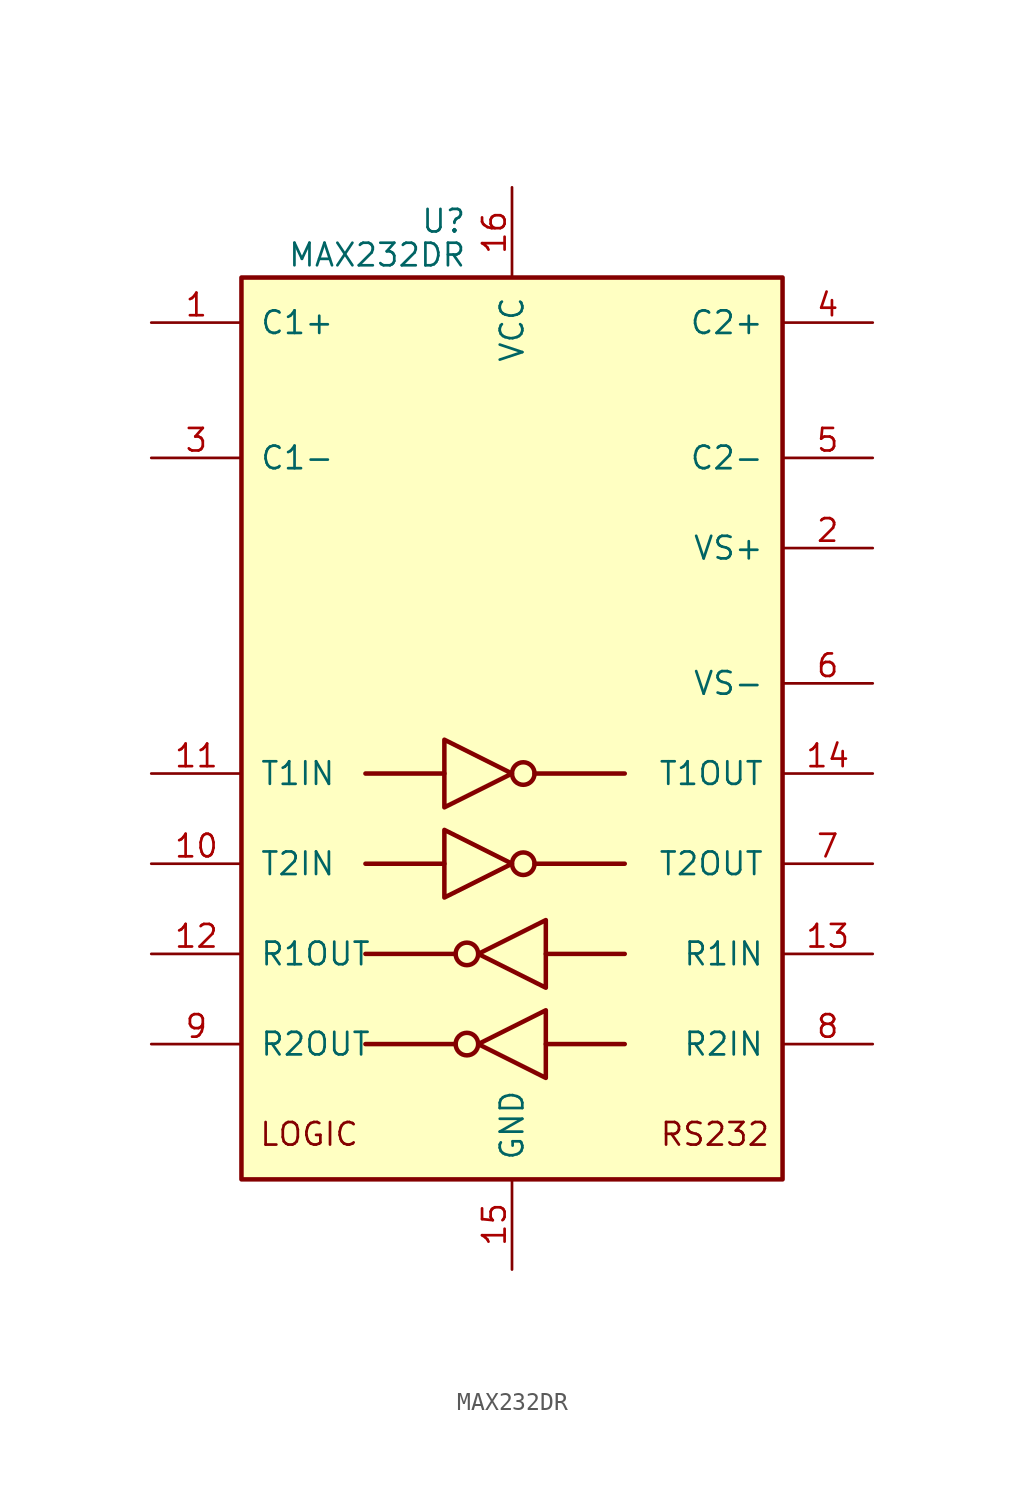
<source format=kicad_sym>
(kicad_symbol_lib
  (version 20231120)
  (generator "kicad_symbol_editor")
  (generator_version "8.0")
  (symbol "MAX232DR"
    (pin_names
      (offset 1.016))
    (property "Reference" "U"
      (at -2.54 28.575 0)
      (effects (font (size 1.27 1.27)) (justify right)))
    (property "Value" "MAX232DR"
      (at -2.54 26.67 0)
      (effects (font (size 1.27 1.27)) (justify right)))
    (symbol "MAX232DR_0_0"
      (text "LOGIC" (at -11.43 -22.86 0) (effects (font (size 1.27 1.27))))
      (text "RS232" (at 11.43 -22.86 0) (effects (font (size 1.27 1.27)))))
    (symbol "MAX232DR_0_1"
      (rectangle (start -15.24 -25.4) (end 15.24 25.4) (stroke (width 0.254) (type default)) (fill (type background)))
      (circle (center -2.54 -17.78) (radius 0.635) (stroke (width 0.254) (type default)) (fill (type none)))
      (circle (center -2.54 -12.7) (radius 0.635) (stroke (width 0.254) (type default)) (fill (type none)))
      (polyline (pts (xy -3.81 -7.62) (xy -8.255 -7.62)) (stroke (width 0.254) (type default)) (fill (type none)))
      (polyline (pts (xy -3.81 -2.54) (xy -8.255 -2.54)) (stroke (width 0.254) (type default)) (fill (type none)))
      (polyline (pts (xy -3.175 -17.78) (xy -8.255 -17.78)) (stroke (width 0.254) (type default)) (fill (type none)))
      (polyline (pts (xy -3.175 -12.7) (xy -8.255 -12.7)) (stroke (width 0.254) (type default)) (fill (type none)))
      (polyline (pts (xy 1.27 -7.62) (xy 6.35 -7.62)) (stroke (width 0.254) (type default)) (fill (type none)))
      (polyline (pts (xy 1.27 -2.54) (xy 6.35 -2.54)) (stroke (width 0.254) (type default)) (fill (type none)))
      (polyline (pts (xy 1.905 -17.78) (xy 6.35 -17.78)) (stroke (width 0.254) (type default)) (fill (type none)))
      (polyline (pts (xy 1.905 -12.7) (xy 6.35 -12.7)) (stroke (width 0.254) (type default)) (fill (type none)))
      (polyline (pts (xy -3.81 -5.715) (xy -3.81 -9.525) (xy 0 -7.62) (xy -3.81 -5.715)) (stroke (width 0.254) (type default)) (fill (type none)))
      (polyline (pts (xy -3.81 -0.635) (xy -3.81 -4.445) (xy 0 -2.54) (xy -3.81 -0.635)) (stroke (width 0.254) (type default)) (fill (type none)))
      (polyline (pts (xy 1.905 -15.875) (xy 1.905 -19.685) (xy -1.905 -17.78) (xy 1.905 -15.875)) (stroke (width 0.254) (type default)) (fill (type none)))
      (polyline (pts (xy 1.905 -10.795) (xy 1.905 -14.605) (xy -1.905 -12.7) (xy 1.905 -10.795)) (stroke (width 0.254) (type default)) (fill (type none)))
      (circle (center 0.635 -7.62) (radius 0.635) (stroke (width 0.254) (type default)) (fill (type none)))
      (circle (center 0.635 -2.54) (radius 0.635) (stroke (width 0.254) (type default)) (fill (type none))))
    (symbol "MAX232DR_1_1"
      (pin passive line (at -20.32 22.86 0) (length 5.08) (name "C1+" (effects (font (size 1.27 1.27)))) (number "1" (effects (font (size 1.27 1.27)))))
      (pin input line (at -20.32 -7.62 0) (length 5.08) (name "T2IN" (effects (font (size 1.27 1.27)))) (number "10" (effects (font (size 1.27 1.27)))))
      (pin input line (at -20.32 -2.54 0) (length 5.08) (name "T1IN" (effects (font (size 1.27 1.27)))) (number "11" (effects (font (size 1.27 1.27)))))
      (pin output line (at -20.32 -12.7 0) (length 5.08) (name "R1OUT" (effects (font (size 1.27 1.27)))) (number "12" (effects (font (size 1.27 1.27)))))
      (pin input line (at 20.32 -12.7 180) (length 5.08) (name "R1IN" (effects (font (size 1.27 1.27)))) (number "13" (effects (font (size 1.27 1.27)))))
      (pin output line (at 20.32 -2.54 180) (length 5.08) (name "T1OUT" (effects (font (size 1.27 1.27)))) (number "14" (effects (font (size 1.27 1.27)))))
      (pin power_in line (at 0 -30.48 90) (length 5.08) (name "GND" (effects (font (size 1.27 1.27)))) (number "15" (effects (font (size 1.27 1.27)))))
      (pin power_in line (at 0 30.48 270) (length 5.08) (name "VCC" (effects (font (size 1.27 1.27)))) (number "16" (effects (font (size 1.27 1.27)))))
      (pin power_out line (at 20.32 10.16 180) (length 5.08) (name "VS+" (effects (font (size 1.27 1.27)))) (number "2" (effects (font (size 1.27 1.27)))))
      (pin passive line (at -20.32 15.24 0) (length 5.08) (name "C1-" (effects (font (size 1.27 1.27)))) (number "3" (effects (font (size 1.27 1.27)))))
      (pin passive line (at 20.32 22.86 180) (length 5.08) (name "C2+" (effects (font (size 1.27 1.27)))) (number "4" (effects (font (size 1.27 1.27)))))
      (pin passive line (at 20.32 15.24 180) (length 5.08) (name "C2-" (effects (font (size 1.27 1.27)))) (number "5" (effects (font (size 1.27 1.27)))))
      (pin power_out line (at 20.32 2.54 180) (length 5.08) (name "VS-" (effects (font (size 1.27 1.27)))) (number "6" (effects (font (size 1.27 1.27)))))
      (pin output line (at 20.32 -7.62 180) (length 5.08) (name "T2OUT" (effects (font (size 1.27 1.27)))) (number "7" (effects (font (size 1.27 1.27)))))
      (pin input line (at 20.32 -17.78 180) (length 5.08) (name "R2IN" (effects (font (size 1.27 1.27)))) (number "8" (effects (font (size 1.27 1.27)))))
      (pin output line (at -20.32 -17.78 0) (length 5.08) (name "R2OUT" (effects (font (size 1.27 1.27)))) (number "9" (effects (font (size 1.27 1.27))))))))
</source>
